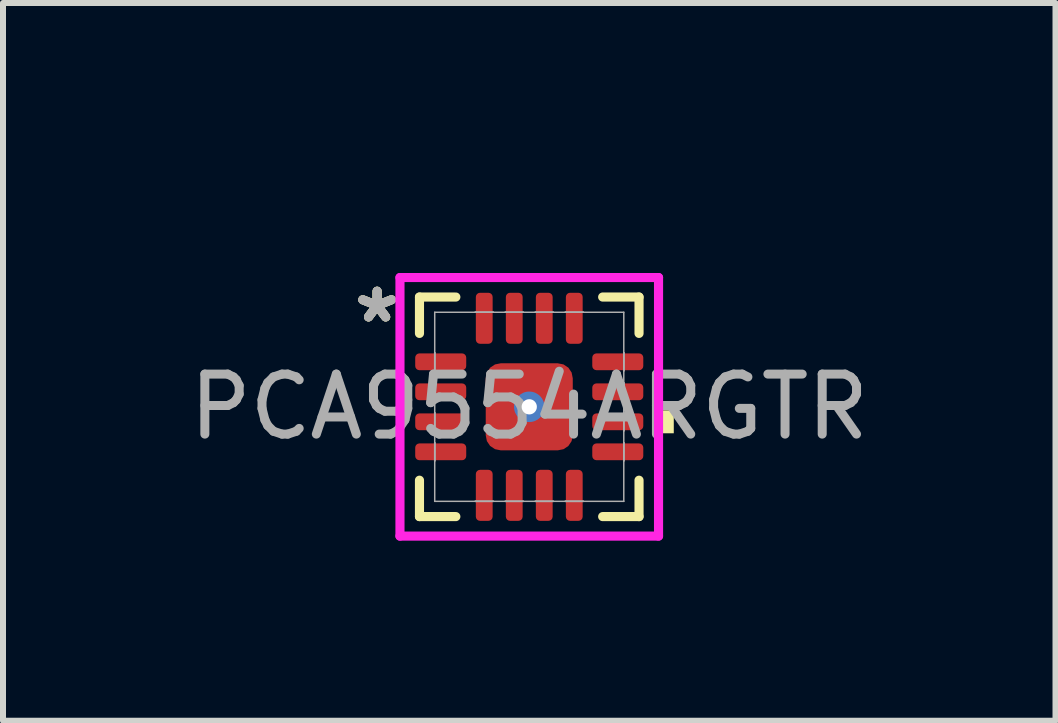
<source format=kicad_pcb>
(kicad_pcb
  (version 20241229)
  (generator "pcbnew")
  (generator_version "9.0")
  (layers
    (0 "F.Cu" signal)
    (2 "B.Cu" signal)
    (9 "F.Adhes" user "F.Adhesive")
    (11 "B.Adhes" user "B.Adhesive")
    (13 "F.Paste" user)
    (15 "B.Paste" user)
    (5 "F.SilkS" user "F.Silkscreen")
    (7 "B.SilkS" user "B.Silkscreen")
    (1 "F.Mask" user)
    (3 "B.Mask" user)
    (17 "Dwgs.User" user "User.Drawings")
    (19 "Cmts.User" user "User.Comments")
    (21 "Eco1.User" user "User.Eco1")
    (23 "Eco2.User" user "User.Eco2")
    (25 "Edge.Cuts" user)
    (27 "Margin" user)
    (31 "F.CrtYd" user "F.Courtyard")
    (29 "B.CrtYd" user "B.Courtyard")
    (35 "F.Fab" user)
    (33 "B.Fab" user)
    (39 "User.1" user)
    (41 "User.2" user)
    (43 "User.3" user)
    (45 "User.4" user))
  (footprint "PCA9554ARGTR"
    (layer "F.Cu")
    (at 5.768 3.728)
    (property "Reference" "PCA9554ARGTR" (at 0 -2.88 0) (unlocked yes) (layer "User.2") (effects (font (size 1 1) (thickness 0.15))))
    (attr smd)
    (fp_line (start -1.829 -1.829) (end -1.829 -1.223) (stroke (width 0.152) (type solid)) (layer "F.SilkS"))
    (fp_line (start -1.829 1.223) (end -1.829 1.829) (stroke (width 0.152) (type solid)) (layer "F.SilkS"))
    (fp_line (start -1.829 1.829) (end -1.223 1.829) (stroke (width 0.152) (type solid)) (layer "F.SilkS"))
    (fp_line (start -1.223 -1.829) (end -1.829 -1.829) (stroke (width 0.152) (type solid)) (layer "F.SilkS"))
    (fp_line (start 1.223 1.829) (end 1.829 1.829) (stroke (width 0.152) (type solid)) (layer "F.SilkS"))
    (fp_line (start 1.829 -1.829) (end 1.223 -1.829) (stroke (width 0.152) (type solid)) (layer "F.SilkS"))
    (fp_line (start 1.829 -1.223) (end 1.829 -1.829) (stroke (width 0.152) (type solid)) (layer "F.SilkS"))
    (fp_line (start 1.829 1.829) (end 1.829 1.223) (stroke (width 0.152) (type solid)) (layer "F.SilkS"))
    (fp_poly (pts (xy 2.408 0.059) (xy 2.408 0.441) (xy 2.154 0.441) (xy 2.154 0.059)) (stroke (width 0) (type solid)) (fill yes) (layer "F.SilkS"))
    (fp_poly (pts (xy -0.65 -0.65) (xy -0.65 -0.1) (xy -0.241 -0.1) (xy -0.1 -0.241) (xy -0.1 -0.65)) (stroke (width 0) (type solid)) (fill yes) (layer "F.Paste"))
    (fp_poly (pts (xy -0.65 0.1) (xy -0.65 0.65) (xy -0.1 0.65) (xy -0.1 0.241) (xy -0.241 0.1)) (stroke (width 0) (type solid)) (fill yes) (layer "F.Paste"))
    (fp_poly (pts (xy 0.1 -0.65) (xy 0.1 -0.241) (xy 0.241 -0.1) (xy 0.65 -0.1) (xy 0.65 -0.65)) (stroke (width 0) (type solid)) (fill yes) (layer "F.Paste"))
    (fp_poly (pts (xy 0.241 0.1) (xy 0.1 0.241) (xy 0.1 0.65) (xy 0.65 0.65) (xy 0.65 0.1)) (stroke (width 0) (type solid)) (fill yes) (layer "F.Paste"))
    (fp_line (start -2.154 -2.154) (end 2.154 -2.154) (stroke (width 0.152) (type solid)) (layer "F.CrtYd"))
    (fp_line (start -2.154 2.154) (end -2.154 -2.154) (stroke (width 0.152) (type solid)) (layer "F.CrtYd"))
    (fp_line (start 2.154 -2.154) (end 2.154 2.154) (stroke (width 0.152) (type solid)) (layer "F.CrtYd"))
    (fp_line (start 2.154 2.154) (end -2.154 2.154) (stroke (width 0.152) (type solid)) (layer "F.CrtYd"))
    (fp_line (start -1.575 -1.575) (end -1.575 1.575) (stroke (width 0.025) (type solid)) (layer "F.Fab"))
    (fp_line (start -1.575 -0.9) (end -1.575 -0.9) (stroke (width 0.025) (type solid)) (layer "F.Fab"))
    (fp_line (start -1.575 -0.9) (end -1.575 -0.6) (stroke (width 0.025) (type solid)) (layer "F.Fab"))
    (fp_line (start -1.575 -0.6) (end -1.575 -0.9) (stroke (width 0.025) (type solid)) (layer "F.Fab"))
    (fp_line (start -1.575 -0.6) (end -1.575 -0.6) (stroke (width 0.025) (type solid)) (layer "F.Fab"))
    (fp_line (start -1.575 -0.4) (end -1.575 -0.4) (stroke (width 0.025) (type solid)) (layer "F.Fab"))
    (fp_line (start -1.575 -0.4) (end -1.575 -0.1) (stroke (width 0.025) (type solid)) (layer "F.Fab"))
    (fp_line (start -1.575 -0.1) (end -1.575 -0.4) (stroke (width 0.025) (type solid)) (layer "F.Fab"))
    (fp_line (start -1.575 -0.1) (end -1.575 -0.1) (stroke (width 0.025) (type solid)) (layer "F.Fab"))
    (fp_line (start -1.575 0.1) (end -1.575 0.1) (stroke (width 0.025) (type solid)) (layer "F.Fab"))
    (fp_line (start -1.575 0.1) (end -1.575 0.4) (stroke (width 0.025) (type solid)) (layer "F.Fab"))
    (fp_line (start -1.575 0.4) (end -1.575 0.1) (stroke (width 0.025) (type solid)) (layer "F.Fab"))
    (fp_line (start -1.575 0.4) (end -1.575 0.4) (stroke (width 0.025) (type solid)) (layer "F.Fab"))
    (fp_line (start -1.575 0.6) (end -1.575 0.6) (stroke (width 0.025) (type solid)) (layer "F.Fab"))
    (fp_line (start -1.575 0.6) (end -1.575 0.9) (stroke (width 0.025) (type solid)) (layer "F.Fab"))
    (fp_line (start -1.575 0.9) (end -1.575 0.6) (stroke (width 0.025) (type solid)) (layer "F.Fab"))
    (fp_line (start -1.575 0.9) (end -1.575 0.9) (stroke (width 0.025) (type solid)) (layer "F.Fab"))
    (fp_line (start -1.575 1.575) (end 1.575 1.575) (stroke (width 0.025) (type solid)) (layer "F.Fab"))
    (fp_line (start -0.9 -1.575) (end -0.9 -1.575) (stroke (width 0.025) (type solid)) (layer "F.Fab"))
    (fp_line (start -0.9 -1.575) (end -0.6 -1.575) (stroke (width 0.025) (type solid)) (layer "F.Fab"))
    (fp_line (start -0.9 1.575) (end -0.9 1.575) (stroke (width 0.025) (type solid)) (layer "F.Fab"))
    (fp_line (start -0.9 1.575) (end -0.6 1.575) (stroke (width 0.025) (type solid)) (layer "F.Fab"))
    (fp_line (start -0.6 -1.575) (end -0.9 -1.575) (stroke (width 0.025) (type solid)) (layer "F.Fab"))
    (fp_line (start -0.6 -1.575) (end -0.6 -1.575) (stroke (width 0.025) (type solid)) (layer "F.Fab"))
    (fp_line (start -0.6 1.575) (end -0.9 1.575) (stroke (width 0.025) (type solid)) (layer "F.Fab"))
    (fp_line (start -0.6 1.575) (end -0.6 1.575) (stroke (width 0.025) (type solid)) (layer "F.Fab"))
    (fp_line (start -0.4 -1.575) (end -0.4 -1.575) (stroke (width 0.025) (type solid)) (layer "F.Fab"))
    (fp_line (start -0.4 -1.575) (end -0.1 -1.575) (stroke (width 0.025) (type solid)) (layer "F.Fab"))
    (fp_line (start -0.4 1.575) (end -0.4 1.575) (stroke (width 0.025) (type solid)) (layer "F.Fab"))
    (fp_line (start -0.4 1.575) (end -0.1 1.575) (stroke (width 0.025) (type solid)) (layer "F.Fab"))
    (fp_line (start -0.1 -1.575) (end -0.4 -1.575) (stroke (width 0.025) (type solid)) (layer "F.Fab"))
    (fp_line (start -0.1 -1.575) (end -0.1 -1.575) (stroke (width 0.025) (type solid)) (layer "F.Fab"))
    (fp_line (start -0.1 1.575) (end -0.4 1.575) (stroke (width 0.025) (type solid)) (layer "F.Fab"))
    (fp_line (start -0.1 1.575) (end -0.1 1.575) (stroke (width 0.025) (type solid)) (layer "F.Fab"))
    (fp_line (start 0.1 -1.575) (end 0.1 -1.575) (stroke (width 0.025) (type solid)) (layer "F.Fab"))
    (fp_line (start 0.1 -1.575) (end 0.4 -1.575) (stroke (width 0.025) (type solid)) (layer "F.Fab"))
    (fp_line (start 0.1 1.575) (end 0.1 1.575) (stroke (width 0.025) (type solid)) (layer "F.Fab"))
    (fp_line (start 0.1 1.575) (end 0.4 1.575) (stroke (width 0.025) (type solid)) (layer "F.Fab"))
    (fp_line (start 0.4 -1.575) (end 0.1 -1.575) (stroke (width 0.025) (type solid)) (layer "F.Fab"))
    (fp_line (start 0.4 -1.575) (end 0.4 -1.575) (stroke (width 0.025) (type solid)) (layer "F.Fab"))
    (fp_line (start 0.4 1.575) (end 0.1 1.575) (stroke (width 0.025) (type solid)) (layer "F.Fab"))
    (fp_line (start 0.4 1.575) (end 0.4 1.575) (stroke (width 0.025) (type solid)) (layer "F.Fab"))
    (fp_line (start 0.6 -1.575) (end 0.6 -1.575) (stroke (width 0.025) (type solid)) (layer "F.Fab"))
    (fp_line (start 0.6 -1.575) (end 0.9 -1.575) (stroke (width 0.025) (type solid)) (layer "F.Fab"))
    (fp_line (start 0.6 1.575) (end 0.6 1.575) (stroke (width 0.025) (type solid)) (layer "F.Fab"))
    (fp_line (start 0.6 1.575) (end 0.9 1.575) (stroke (width 0.025) (type solid)) (layer "F.Fab"))
    (fp_line (start 0.9 -1.575) (end 0.6 -1.575) (stroke (width 0.025) (type solid)) (layer "F.Fab"))
    (fp_line (start 0.9 -1.575) (end 0.9 -1.575) (stroke (width 0.025) (type solid)) (layer "F.Fab"))
    (fp_line (start 0.9 1.575) (end 0.6 1.575) (stroke (width 0.025) (type solid)) (layer "F.Fab"))
    (fp_line (start 0.9 1.575) (end 0.9 1.575) (stroke (width 0.025) (type solid)) (layer "F.Fab"))
    (fp_line (start 1.575 -1.575) (end -1.575 -1.575) (stroke (width 0.025) (type solid)) (layer "F.Fab"))
    (fp_line (start 1.575 -0.9) (end 1.575 -0.9) (stroke (width 0.025) (type solid)) (layer "F.Fab"))
    (fp_line (start 1.575 -0.9) (end 1.575 -0.6) (stroke (width 0.025) (type solid)) (layer "F.Fab"))
    (fp_line (start 1.575 -0.6) (end 1.575 -0.9) (stroke (width 0.025) (type solid)) (layer "F.Fab"))
    (fp_line (start 1.575 -0.6) (end 1.575 -0.6) (stroke (width 0.025) (type solid)) (layer "F.Fab"))
    (fp_line (start 1.575 -0.4) (end 1.575 -0.4) (stroke (width 0.025) (type solid)) (layer "F.Fab"))
    (fp_line (start 1.575 -0.4) (end 1.575 -0.1) (stroke (width 0.025) (type solid)) (layer "F.Fab"))
    (fp_line (start 1.575 -0.1) (end 1.575 -0.4) (stroke (width 0.025) (type solid)) (layer "F.Fab"))
    (fp_line (start 1.575 -0.1) (end 1.575 -0.1) (stroke (width 0.025) (type solid)) (layer "F.Fab"))
    (fp_line (start 1.575 0.1) (end 1.575 0.1) (stroke (width 0.025) (type solid)) (layer "F.Fab"))
    (fp_line (start 1.575 0.1) (end 1.575 0.4) (stroke (width 0.025) (type solid)) (layer "F.Fab"))
    (fp_line (start 1.575 0.4) (end 1.575 0.1) (stroke (width 0.025) (type solid)) (layer "F.Fab"))
    (fp_line (start 1.575 0.4) (end 1.575 0.4) (stroke (width 0.025) (type solid)) (layer "F.Fab"))
    (fp_line (start 1.575 0.6) (end 1.575 0.6) (stroke (width 0.025) (type solid)) (layer "F.Fab"))
    (fp_line (start 1.575 0.6) (end 1.575 0.9) (stroke (width 0.025) (type solid)) (layer "F.Fab"))
    (fp_line (start 1.575 0.9) (end 1.575 0.6) (stroke (width 0.025) (type solid)) (layer "F.Fab"))
    (fp_line (start 1.575 0.9) (end 1.575 0.9) (stroke (width 0.025) (type solid)) (layer "F.Fab"))
    (fp_line (start 1.575 1.575) (end 1.575 -1.575) (stroke (width 0.025) (type solid)) (layer "F.Fab"))
    (fp_text user "*" (at -2.535 -1.381 0) (layer "F.SilkS") (effects (font (size 1 1) (thickness 0.15))))
    (fp_text user "*" (at -2.535 -1.381 0) (unlocked yes) (layer "F.SilkS") (effects (font (size 1 1) (thickness 0.15))))
    (fp_text user "*" (at -2.535 -1.381 0) (unlocked yes) (layer "F.Fab") (effects (font (size 1 1) (thickness 0.15))))
    (fp_text user "*" (at -2.535 -1.381 0) (layer "F.Fab") (effects (font (size 1 1) (thickness 0.15))))
    (fp_text user "${REFERENCE}" (at 0 0 0) (unlocked yes) (layer "F.Fab") (effects (font (size 1 1) (thickness 0.15))))
    (pad "1" smd roundrect (at -1.475 -0.75 90) (size 0.28 0.85) (layers "F.Cu" "F.Mask" "F.Paste") (roundrect_rratio 0.25))
    (pad "2" smd roundrect (at -1.475 -0.25 90) (size 0.28 0.85) (layers "F.Cu" "F.Mask" "F.Paste") (roundrect_rratio 0.25))
    (pad "3" smd roundrect (at -1.475 0.25 90) (size 0.28 0.85) (layers "F.Cu" "F.Mask" "F.Paste") (roundrect_rratio 0.25))
    (pad "4" smd roundrect (at -1.475 0.75 90) (size 0.28 0.85) (layers "F.Cu" "F.Mask" "F.Paste") (roundrect_rratio 0.25))
    (pad "5" smd roundrect (at -0.75 1.475 180) (size 0.28 0.85) (layers "F.Cu" "F.Mask" "F.Paste") (roundrect_rratio 0.25))
    (pad "6" smd roundrect (at -0.25 1.475 180) (size 0.28 0.85) (layers "F.Cu" "F.Mask" "F.Paste") (roundrect_rratio 0.25))
    (pad "6" thru_hole circle (at 0 0) (size 0.508 0.508) (drill 0.254) (layers "*.Cu" "*.Mask"))
    (pad "6" smd roundrect (at 0 0) (size 1.45 1.45) (layers "F.Cu" "F.Mask") (roundrect_rratio 0.172))
    (pad "7" smd roundrect (at 0.25 1.475 180) (size 0.28 0.85) (layers "F.Cu" "F.Mask" "F.Paste") (roundrect_rratio 0.25))
    (pad "8" smd roundrect (at 0.75 1.475 180) (size 0.28 0.85) (layers "F.Cu" "F.Mask" "F.Paste") (roundrect_rratio 0.25))
    (pad "9" smd roundrect (at 1.475 0.75 90) (size 0.28 0.85) (layers "F.Cu" "F.Mask" "F.Paste") (roundrect_rratio 0.25))
    (pad "10" smd roundrect (at 1.475 0.25 90) (size 0.28 0.85) (layers "F.Cu" "F.Mask" "F.Paste") (roundrect_rratio 0.25))
    (pad "11" smd roundrect (at 1.475 -0.25 90) (size 0.28 0.85) (layers "F.Cu" "F.Mask" "F.Paste") (roundrect_rratio 0.25))
    (pad "12" smd roundrect (at 1.475 -0.75 90) (size 0.28 0.85) (layers "F.Cu" "F.Mask" "F.Paste") (roundrect_rratio 0.25))
    (pad "13" smd roundrect (at 0.75 -1.475 180) (size 0.28 0.85) (layers "F.Cu" "F.Mask" "F.Paste") (roundrect_rratio 0.25))
    (pad "14" smd roundrect (at 0.25 -1.475 180) (size 0.28 0.85) (layers "F.Cu" "F.Mask" "F.Paste") (roundrect_rratio 0.25))
    (pad "15" smd roundrect (at -0.25 -1.475 180) (size 0.28 0.85) (layers "F.Cu" "F.Mask" "F.Paste") (roundrect_rratio 0.25))
    (pad "16" smd roundrect (at -0.75 -1.475 180) (size 0.28 0.85) (layers "F.Cu" "F.Mask" "F.Paste") (roundrect_rratio 0.25)))
  (gr_rect
    (start -3 -3)
    (end 14.536 8.958)
    (stroke (width 0.1) (type default))
    (fill no)
    (layer "Edge.Cuts")))
</source>
